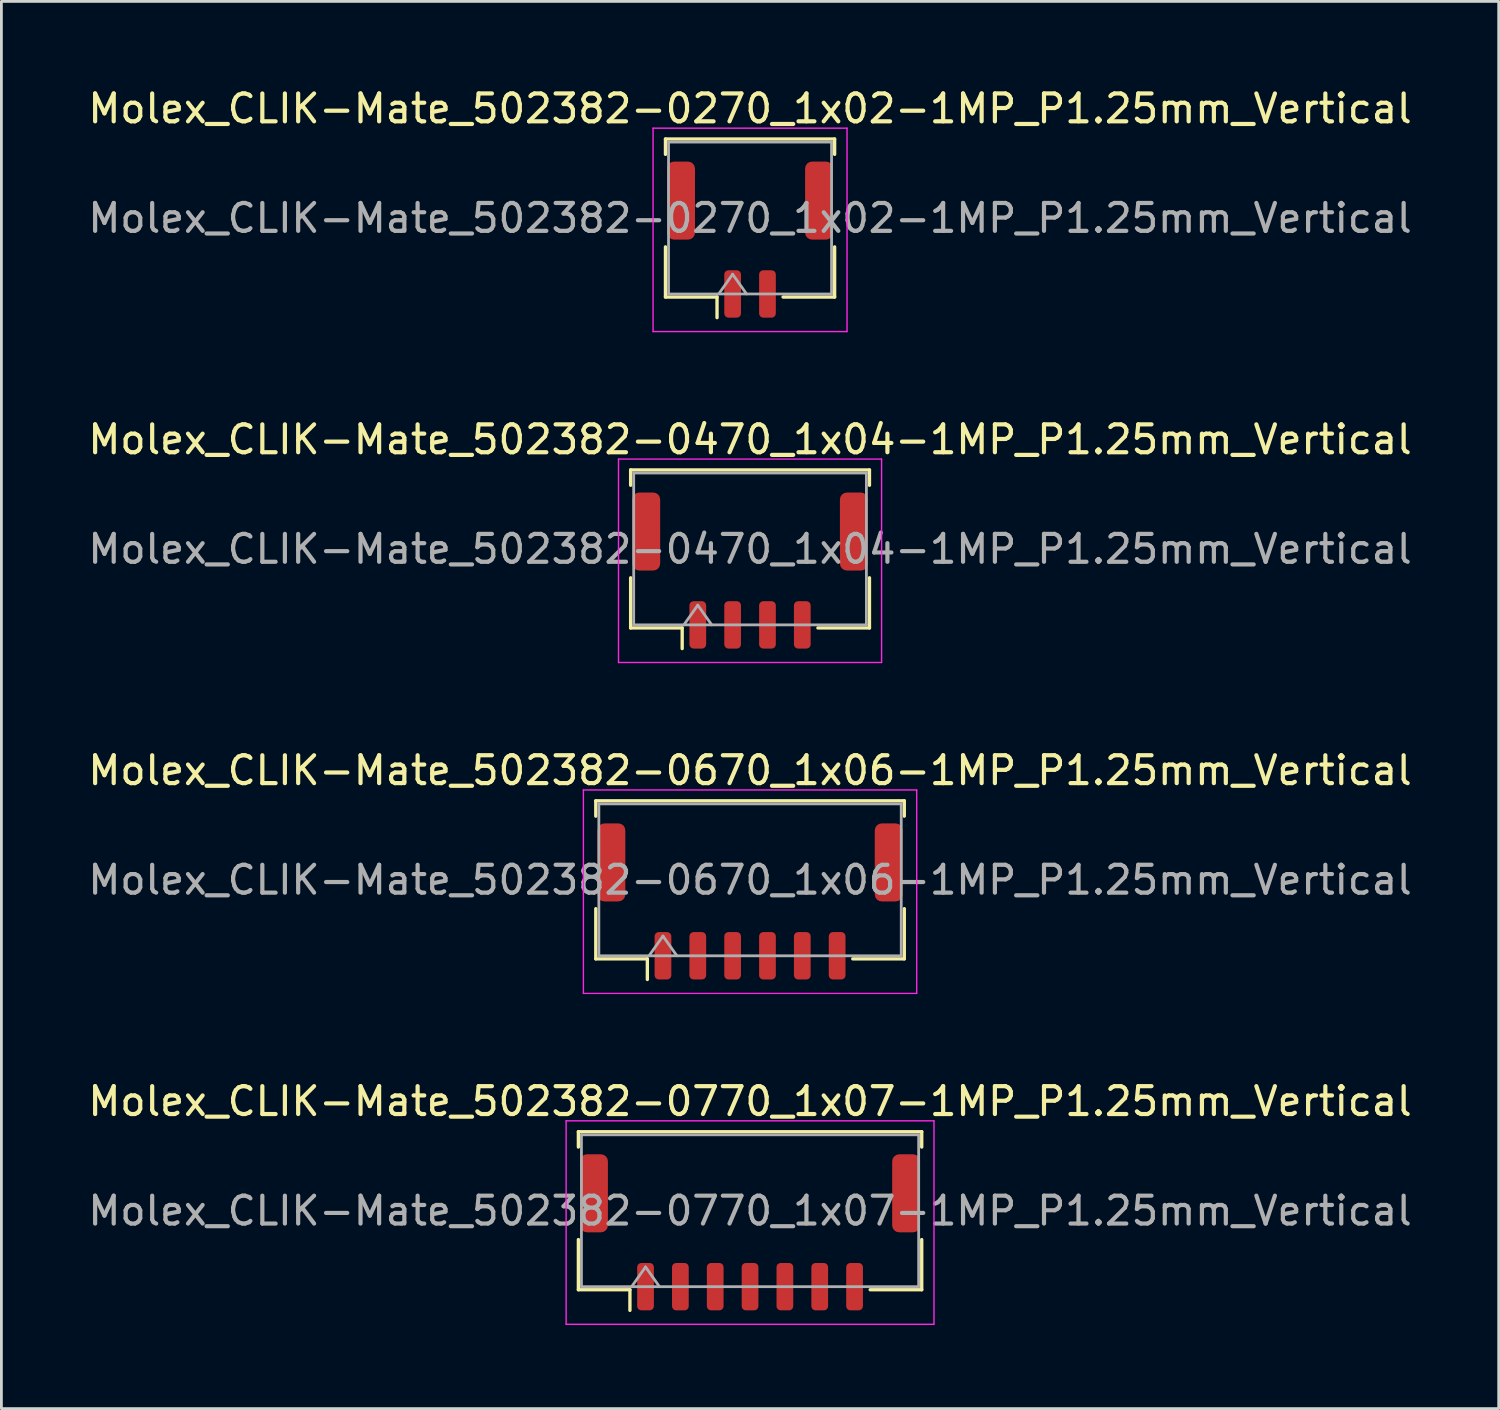
<source format=kicad_pcb>
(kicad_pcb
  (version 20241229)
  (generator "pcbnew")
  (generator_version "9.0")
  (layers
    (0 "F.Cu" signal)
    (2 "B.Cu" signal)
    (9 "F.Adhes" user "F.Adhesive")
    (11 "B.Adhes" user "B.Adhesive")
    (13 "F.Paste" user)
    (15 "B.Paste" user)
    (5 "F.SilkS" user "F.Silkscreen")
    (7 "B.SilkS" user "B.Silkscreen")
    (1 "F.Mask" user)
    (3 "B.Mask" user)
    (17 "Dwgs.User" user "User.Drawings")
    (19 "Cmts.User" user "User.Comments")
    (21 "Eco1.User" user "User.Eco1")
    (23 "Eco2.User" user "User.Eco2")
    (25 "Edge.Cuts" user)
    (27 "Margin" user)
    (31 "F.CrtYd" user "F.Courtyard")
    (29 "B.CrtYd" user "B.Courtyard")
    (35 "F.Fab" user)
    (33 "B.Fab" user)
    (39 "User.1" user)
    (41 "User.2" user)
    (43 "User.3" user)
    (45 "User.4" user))
  (footprint "Molex_CLIK-Mate_502382-0470_1x04-1MP_P1.25mm_Vertical"
    (layer "F.Cu")
    (at 23.863 17.422)
    (property "Reference" "Molex_CLIK-Mate_502382-0470_1x04-1MP_P1.25mm_Vertical" (at 0 -4.7 0) (layer "F.SilkS") (effects (font (size 1 1) (thickness 0.15))))
    (attr smd)
    (fp_line (start -4.285 -3.61) (end 4.285 -3.61) (stroke (width 0.12) (type solid)) (layer "F.SilkS"))
    (fp_line (start -4.285 -3.06) (end -4.285 -3.61) (stroke (width 0.12) (type solid)) (layer "F.SilkS"))
    (fp_line (start -4.285 0.26) (end -4.285 2.06) (stroke (width 0.12) (type solid)) (layer "F.SilkS"))
    (fp_line (start -4.285 2.06) (end -2.435 2.06) (stroke (width 0.12) (type solid)) (layer "F.SilkS"))
    (fp_line (start -2.435 2.06) (end -2.435 2.8) (stroke (width 0.12) (type solid)) (layer "F.SilkS"))
    (fp_line (start 4.285 -3.61) (end 4.285 -3.06) (stroke (width 0.12) (type solid)) (layer "F.SilkS"))
    (fp_line (start 4.285 0.26) (end 4.285 2.06) (stroke (width 0.12) (type solid)) (layer "F.SilkS"))
    (fp_line (start 4.285 2.06) (end 2.435 2.06) (stroke (width 0.12) (type solid)) (layer "F.SilkS"))
    (fp_line (start -4.72 -4) (end -4.72 3.3) (stroke (width 0.05) (type solid)) (layer "F.CrtYd"))
    (fp_line (start -4.72 3.3) (end 4.72 3.3) (stroke (width 0.05) (type solid)) (layer "F.CrtYd"))
    (fp_line (start 4.72 -4) (end -4.72 -4) (stroke (width 0.05) (type solid)) (layer "F.CrtYd"))
    (fp_line (start 4.72 3.3) (end 4.72 -4) (stroke (width 0.05) (type solid)) (layer "F.CrtYd"))
    (fp_line (start -4.175 -3.5) (end 4.175 -3.5) (stroke (width 0.1) (type solid)) (layer "F.Fab"))
    (fp_line (start -4.175 1.95) (end -4.175 -3.5) (stroke (width 0.1) (type solid)) (layer "F.Fab"))
    (fp_line (start -4.175 1.95) (end 4.175 1.95) (stroke (width 0.1) (type solid)) (layer "F.Fab"))
    (fp_line (start -2.375 1.95) (end -1.875 1.243) (stroke (width 0.1) (type solid)) (layer "F.Fab"))
    (fp_line (start -1.875 1.243) (end -1.375 1.95) (stroke (width 0.1) (type solid)) (layer "F.Fab"))
    (fp_line (start 4.175 1.95) (end 4.175 -3.5) (stroke (width 0.1) (type solid)) (layer "F.Fab"))
    (fp_text user "${REFERENCE}" (at 0 -0.77 0) (layer "F.Fab") (effects (font (size 1 1) (thickness 0.15))))
    (pad "1" smd roundrect (at -1.875 1.95) (size 0.6 1.7) (layers "F.Cu" "F.Mask" "F.Paste") (roundrect_rratio 0.25))
    (pad "2" smd roundrect (at -0.625 1.95) (size 0.6 1.7) (layers "F.Cu" "F.Mask" "F.Paste") (roundrect_rratio 0.25))
    (pad "3" smd roundrect (at 0.625 1.95) (size 0.6 1.7) (layers "F.Cu" "F.Mask" "F.Paste") (roundrect_rratio 0.25))
    (pad "4" smd roundrect (at 1.875 1.95) (size 0.6 1.7) (layers "F.Cu" "F.Mask" "F.Paste") (roundrect_rratio 0.25))
    (pad "MP" smd roundrect (at -3.725 -1.4) (size 1 2.8) (layers "F.Cu" "F.Mask" "F.Paste") (roundrect_rratio 0.25))
    (pad "MP" smd roundrect (at 3.725 -1.4) (size 1 2.8) (layers "F.Cu" "F.Mask" "F.Paste") (roundrect_rratio 0.25)))
  (footprint "Molex_CLIK-Mate_502382-0270_1x02-1MP_P1.25mm_Vertical"
    (layer "F.Cu")
    (at 23.863 5.548)
    (property "Reference" "Molex_CLIK-Mate_502382-0270_1x02-1MP_P1.25mm_Vertical" (at 0 -4.7 0) (layer "F.SilkS") (effects (font (size 1 1) (thickness 0.15))))
    (attr smd)
    (fp_line (start -3.035 -3.61) (end 3.035 -3.61) (stroke (width 0.12) (type solid)) (layer "F.SilkS"))
    (fp_line (start -3.035 -3.06) (end -3.035 -3.61) (stroke (width 0.12) (type solid)) (layer "F.SilkS"))
    (fp_line (start -3.035 0.26) (end -3.035 2.06) (stroke (width 0.12) (type solid)) (layer "F.SilkS"))
    (fp_line (start -3.035 2.06) (end -1.185 2.06) (stroke (width 0.12) (type solid)) (layer "F.SilkS"))
    (fp_line (start -1.185 2.06) (end -1.185 2.8) (stroke (width 0.12) (type solid)) (layer "F.SilkS"))
    (fp_line (start 3.035 -3.61) (end 3.035 -3.06) (stroke (width 0.12) (type solid)) (layer "F.SilkS"))
    (fp_line (start 3.035 0.26) (end 3.035 2.06) (stroke (width 0.12) (type solid)) (layer "F.SilkS"))
    (fp_line (start 3.035 2.06) (end 1.185 2.06) (stroke (width 0.12) (type solid)) (layer "F.SilkS"))
    (fp_line (start -3.48 -4) (end -3.48 3.3) (stroke (width 0.05) (type solid)) (layer "F.CrtYd"))
    (fp_line (start -3.48 3.3) (end 3.48 3.3) (stroke (width 0.05) (type solid)) (layer "F.CrtYd"))
    (fp_line (start 3.48 -4) (end -3.48 -4) (stroke (width 0.05) (type solid)) (layer "F.CrtYd"))
    (fp_line (start 3.48 3.3) (end 3.48 -4) (stroke (width 0.05) (type solid)) (layer "F.CrtYd"))
    (fp_line (start -2.925 -3.5) (end 2.925 -3.5) (stroke (width 0.1) (type solid)) (layer "F.Fab"))
    (fp_line (start -2.925 1.95) (end -2.925 -3.5) (stroke (width 0.1) (type solid)) (layer "F.Fab"))
    (fp_line (start -2.925 1.95) (end 2.925 1.95) (stroke (width 0.1) (type solid)) (layer "F.Fab"))
    (fp_line (start -1.125 1.95) (end -0.625 1.243) (stroke (width 0.1) (type solid)) (layer "F.Fab"))
    (fp_line (start -0.625 1.243) (end -0.125 1.95) (stroke (width 0.1) (type solid)) (layer "F.Fab"))
    (fp_line (start 2.925 1.95) (end 2.925 -3.5) (stroke (width 0.1) (type solid)) (layer "F.Fab"))
    (fp_text user "${REFERENCE}" (at 0 -0.77 0) (layer "F.Fab") (effects (font (size 1 1) (thickness 0.15))))
    (pad "1" smd roundrect (at -0.625 1.95) (size 0.6 1.7) (layers "F.Cu" "F.Mask" "F.Paste") (roundrect_rratio 0.25))
    (pad "2" smd roundrect (at 0.625 1.95) (size 0.6 1.7) (layers "F.Cu" "F.Mask" "F.Paste") (roundrect_rratio 0.25))
    (pad "MP" smd roundrect (at -2.475 -1.4) (size 1 2.8) (layers "F.Cu" "F.Mask" "F.Paste") (roundrect_rratio 0.25))
    (pad "MP" smd roundrect (at 2.475 -1.4) (size 1 2.8) (layers "F.Cu" "F.Mask" "F.Paste") (roundrect_rratio 0.25)))
  (footprint "Molex_CLIK-Mate_502382-0670_1x06-1MP_P1.25mm_Vertical"
    (layer "F.Cu")
    (at 23.863 29.295)
    (property "Reference" "Molex_CLIK-Mate_502382-0670_1x06-1MP_P1.25mm_Vertical" (at 0 -4.7 0) (layer "F.SilkS") (effects (font (size 1 1) (thickness 0.15))))
    (attr smd)
    (fp_line (start -5.535 -3.61) (end 5.535 -3.61) (stroke (width 0.12) (type solid)) (layer "F.SilkS"))
    (fp_line (start -5.535 -3.06) (end -5.535 -3.61) (stroke (width 0.12) (type solid)) (layer "F.SilkS"))
    (fp_line (start -5.535 0.26) (end -5.535 2.06) (stroke (width 0.12) (type solid)) (layer "F.SilkS"))
    (fp_line (start -5.535 2.06) (end -3.685 2.06) (stroke (width 0.12) (type solid)) (layer "F.SilkS"))
    (fp_line (start -3.685 2.06) (end -3.685 2.8) (stroke (width 0.12) (type solid)) (layer "F.SilkS"))
    (fp_line (start 5.535 -3.61) (end 5.535 -3.06) (stroke (width 0.12) (type solid)) (layer "F.SilkS"))
    (fp_line (start 5.535 0.26) (end 5.535 2.06) (stroke (width 0.12) (type solid)) (layer "F.SilkS"))
    (fp_line (start 5.535 2.06) (end 3.685 2.06) (stroke (width 0.12) (type solid)) (layer "F.SilkS"))
    (fp_line (start -5.98 -4) (end -5.98 3.3) (stroke (width 0.05) (type solid)) (layer "F.CrtYd"))
    (fp_line (start -5.98 3.3) (end 5.98 3.3) (stroke (width 0.05) (type solid)) (layer "F.CrtYd"))
    (fp_line (start 5.98 -4) (end -5.98 -4) (stroke (width 0.05) (type solid)) (layer "F.CrtYd"))
    (fp_line (start 5.98 3.3) (end 5.98 -4) (stroke (width 0.05) (type solid)) (layer "F.CrtYd"))
    (fp_line (start -5.425 -3.5) (end 5.425 -3.5) (stroke (width 0.1) (type solid)) (layer "F.Fab"))
    (fp_line (start -5.425 1.95) (end -5.425 -3.5) (stroke (width 0.1) (type solid)) (layer "F.Fab"))
    (fp_line (start -5.425 1.95) (end 5.425 1.95) (stroke (width 0.1) (type solid)) (layer "F.Fab"))
    (fp_line (start -3.625 1.95) (end -3.125 1.243) (stroke (width 0.1) (type solid)) (layer "F.Fab"))
    (fp_line (start -3.125 1.243) (end -2.625 1.95) (stroke (width 0.1) (type solid)) (layer "F.Fab"))
    (fp_line (start 5.425 1.95) (end 5.425 -3.5) (stroke (width 0.1) (type solid)) (layer "F.Fab"))
    (fp_text user "${REFERENCE}" (at 0 -0.77 0) (layer "F.Fab") (effects (font (size 1 1) (thickness 0.15))))
    (pad "1" smd roundrect (at -3.125 1.95) (size 0.6 1.7) (layers "F.Cu" "F.Mask" "F.Paste") (roundrect_rratio 0.25))
    (pad "2" smd roundrect (at -1.875 1.95) (size 0.6 1.7) (layers "F.Cu" "F.Mask" "F.Paste") (roundrect_rratio 0.25))
    (pad "3" smd roundrect (at -0.625 1.95) (size 0.6 1.7) (layers "F.Cu" "F.Mask" "F.Paste") (roundrect_rratio 0.25))
    (pad "4" smd roundrect (at 0.625 1.95) (size 0.6 1.7) (layers "F.Cu" "F.Mask" "F.Paste") (roundrect_rratio 0.25))
    (pad "5" smd roundrect (at 1.875 1.95) (size 0.6 1.7) (layers "F.Cu" "F.Mask" "F.Paste") (roundrect_rratio 0.25))
    (pad "6" smd roundrect (at 3.125 1.95) (size 0.6 1.7) (layers "F.Cu" "F.Mask" "F.Paste") (roundrect_rratio 0.25))
    (pad "MP" smd roundrect (at -4.975 -1.4) (size 1 2.8) (layers "F.Cu" "F.Mask" "F.Paste") (roundrect_rratio 0.25))
    (pad "MP" smd roundrect (at 4.975 -1.4) (size 1 2.8) (layers "F.Cu" "F.Mask" "F.Paste") (roundrect_rratio 0.25)))
  (footprint "Molex_CLIK-Mate_502382-0770_1x07-1MP_P1.25mm_Vertical"
    (layer "F.Cu")
    (at 23.863 41.168)
    (property "Reference" "Molex_CLIK-Mate_502382-0770_1x07-1MP_P1.25mm_Vertical" (at 0 -4.7 0) (layer "F.SilkS") (effects (font (size 1 1) (thickness 0.15))))
    (attr smd)
    (fp_line (start -6.16 -3.61) (end 6.16 -3.61) (stroke (width 0.12) (type solid)) (layer "F.SilkS"))
    (fp_line (start -6.16 -3.06) (end -6.16 -3.61) (stroke (width 0.12) (type solid)) (layer "F.SilkS"))
    (fp_line (start -6.16 0.26) (end -6.16 2.06) (stroke (width 0.12) (type solid)) (layer "F.SilkS"))
    (fp_line (start -6.16 2.06) (end -4.31 2.06) (stroke (width 0.12) (type solid)) (layer "F.SilkS"))
    (fp_line (start -4.31 2.06) (end -4.31 2.8) (stroke (width 0.12) (type solid)) (layer "F.SilkS"))
    (fp_line (start 6.16 -3.61) (end 6.16 -3.06) (stroke (width 0.12) (type solid)) (layer "F.SilkS"))
    (fp_line (start 6.16 0.26) (end 6.16 2.06) (stroke (width 0.12) (type solid)) (layer "F.SilkS"))
    (fp_line (start 6.16 2.06) (end 4.31 2.06) (stroke (width 0.12) (type solid)) (layer "F.SilkS"))
    (fp_line (start -6.6 -4) (end -6.6 3.3) (stroke (width 0.05) (type solid)) (layer "F.CrtYd"))
    (fp_line (start -6.6 3.3) (end 6.6 3.3) (stroke (width 0.05) (type solid)) (layer "F.CrtYd"))
    (fp_line (start 6.6 -4) (end -6.6 -4) (stroke (width 0.05) (type solid)) (layer "F.CrtYd"))
    (fp_line (start 6.6 3.3) (end 6.6 -4) (stroke (width 0.05) (type solid)) (layer "F.CrtYd"))
    (fp_line (start -6.05 -3.5) (end 6.05 -3.5) (stroke (width 0.1) (type solid)) (layer "F.Fab"))
    (fp_line (start -6.05 1.95) (end -6.05 -3.5) (stroke (width 0.1) (type solid)) (layer "F.Fab"))
    (fp_line (start -6.05 1.95) (end 6.05 1.95) (stroke (width 0.1) (type solid)) (layer "F.Fab"))
    (fp_line (start -4.25 1.95) (end -3.75 1.243) (stroke (width 0.1) (type solid)) (layer "F.Fab"))
    (fp_line (start -3.75 1.243) (end -3.25 1.95) (stroke (width 0.1) (type solid)) (layer "F.Fab"))
    (fp_line (start 6.05 1.95) (end 6.05 -3.5) (stroke (width 0.1) (type solid)) (layer "F.Fab"))
    (fp_text user "${REFERENCE}" (at 0 -0.77 0) (layer "F.Fab") (effects (font (size 1 1) (thickness 0.15))))
    (pad "1" smd roundrect (at -3.75 1.95) (size 0.6 1.7) (layers "F.Cu" "F.Mask" "F.Paste") (roundrect_rratio 0.25))
    (pad "2" smd roundrect (at -2.5 1.95) (size 0.6 1.7) (layers "F.Cu" "F.Mask" "F.Paste") (roundrect_rratio 0.25))
    (pad "3" smd roundrect (at -1.25 1.95) (size 0.6 1.7) (layers "F.Cu" "F.Mask" "F.Paste") (roundrect_rratio 0.25))
    (pad "4" smd roundrect (at 0 1.95) (size 0.6 1.7) (layers "F.Cu" "F.Mask" "F.Paste") (roundrect_rratio 0.25))
    (pad "5" smd roundrect (at 1.25 1.95) (size 0.6 1.7) (layers "F.Cu" "F.Mask" "F.Paste") (roundrect_rratio 0.25))
    (pad "6" smd roundrect (at 2.5 1.95) (size 0.6 1.7) (layers "F.Cu" "F.Mask" "F.Paste") (roundrect_rratio 0.25))
    (pad "7" smd roundrect (at 3.75 1.95) (size 0.6 1.7) (layers "F.Cu" "F.Mask" "F.Paste") (roundrect_rratio 0.25))
    (pad "MP" smd roundrect (at -5.6 -1.4) (size 1 2.8) (layers "F.Cu" "F.Mask" "F.Paste") (roundrect_rratio 0.25))
    (pad "MP" smd roundrect (at 5.6 -1.4) (size 1 2.8) (layers "F.Cu" "F.Mask" "F.Paste") (roundrect_rratio 0.25)))
  (gr_rect
    (start -3 -3)
    (end 50.726 47.493)
    (stroke (width 0.1) (type default))
    (fill no)
    (layer "Edge.Cuts")))
</source>
